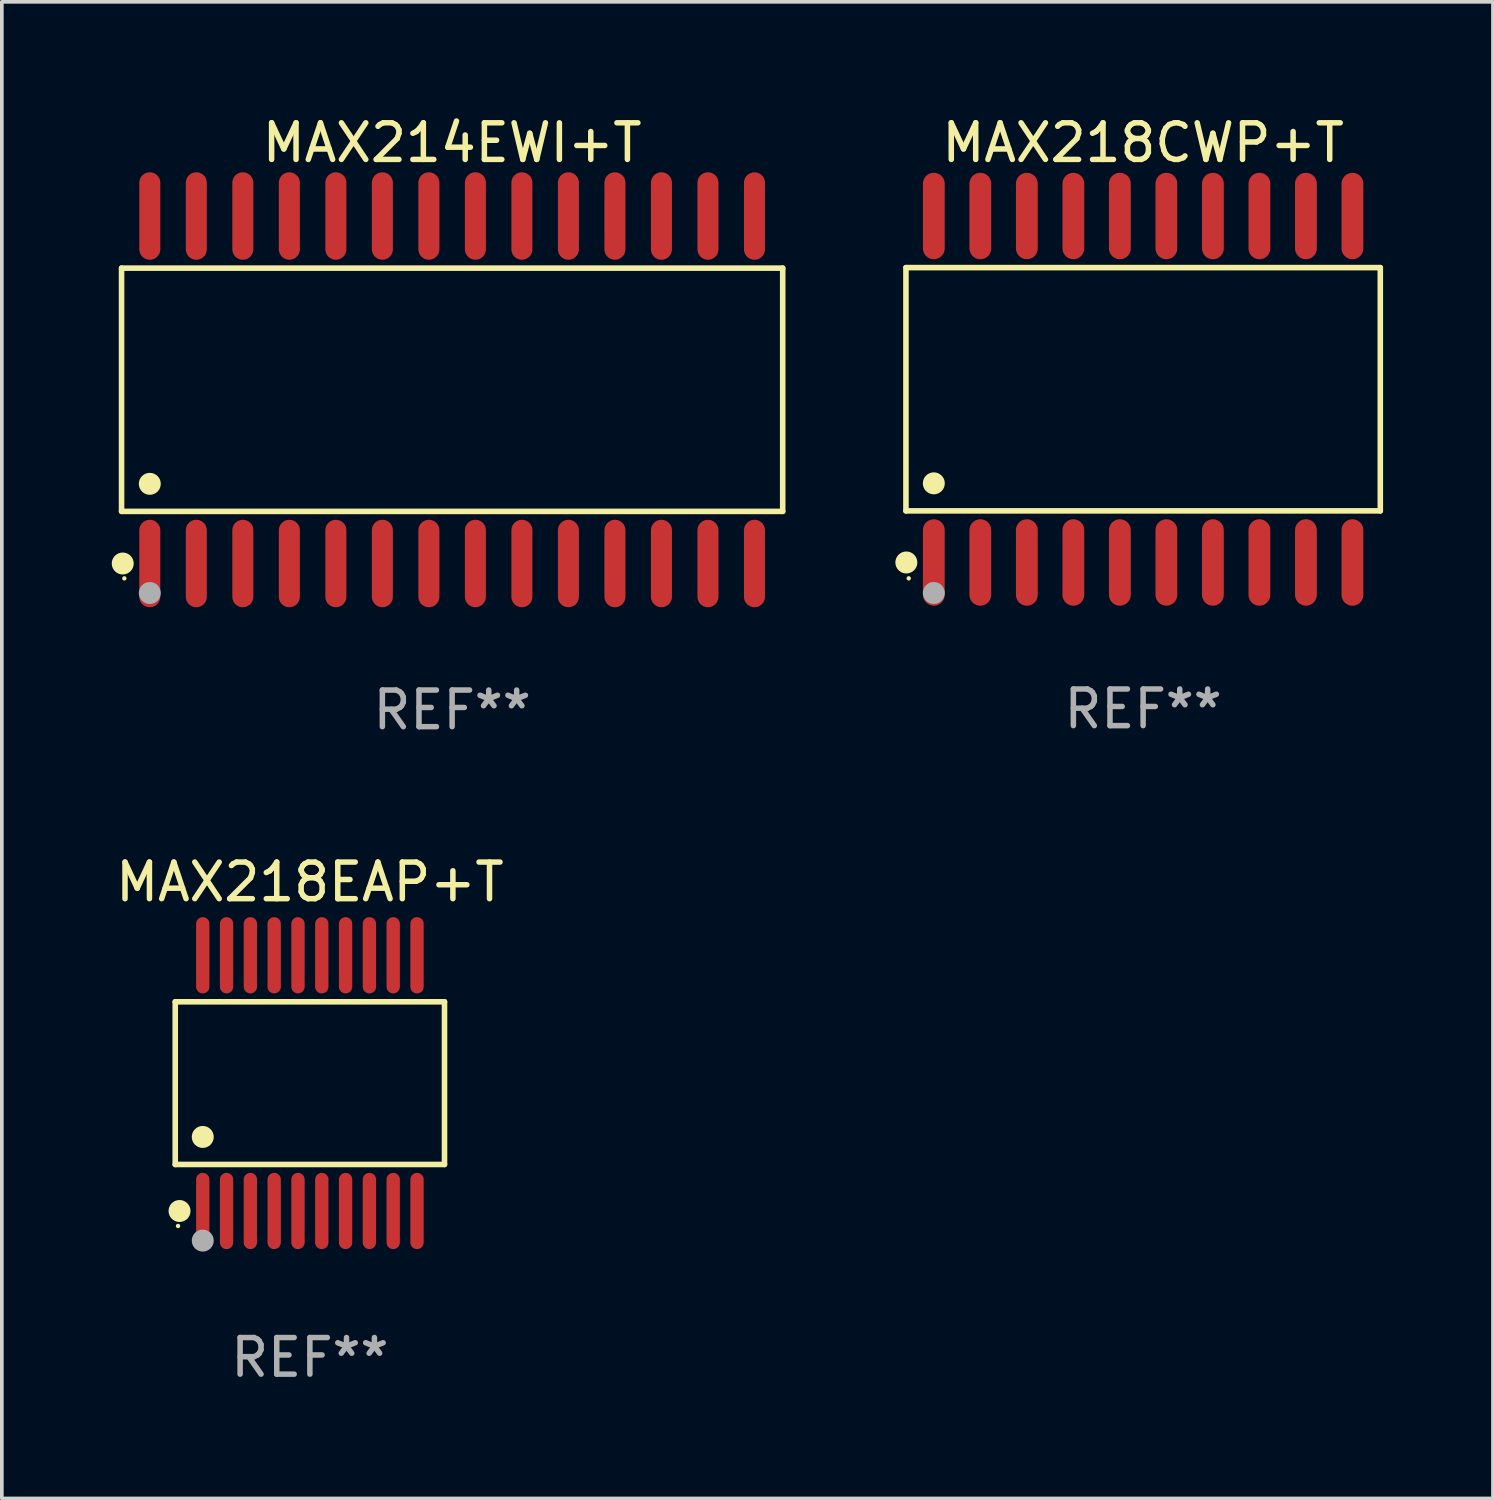
<source format=kicad_pcb>
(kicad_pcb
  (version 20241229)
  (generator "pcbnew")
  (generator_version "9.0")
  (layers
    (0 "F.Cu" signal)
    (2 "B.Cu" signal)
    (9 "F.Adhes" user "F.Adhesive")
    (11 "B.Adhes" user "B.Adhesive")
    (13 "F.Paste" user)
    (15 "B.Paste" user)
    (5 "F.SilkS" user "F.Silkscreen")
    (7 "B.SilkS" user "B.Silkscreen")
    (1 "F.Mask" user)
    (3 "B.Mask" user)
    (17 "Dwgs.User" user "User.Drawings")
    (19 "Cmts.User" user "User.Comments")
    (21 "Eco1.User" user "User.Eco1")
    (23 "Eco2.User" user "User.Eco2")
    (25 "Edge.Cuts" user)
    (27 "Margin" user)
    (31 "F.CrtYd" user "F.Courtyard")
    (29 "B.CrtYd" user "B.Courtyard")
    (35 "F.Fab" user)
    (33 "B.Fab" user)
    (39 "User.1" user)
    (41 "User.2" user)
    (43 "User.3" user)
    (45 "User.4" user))
  (footprint "MAX214EWI+T"
    (layer "F.Cu")
    (at 9.295 7.592)
    (property "Reference" "MAX214EWI+T" (at 0 -6.744 0) (layer "F.SilkS") (effects (font (size 1 1) (thickness 0.15))))
    (attr through_hole)
    (fp_line (start -9.026 -3.321) (end 9.026 -3.321) (stroke (width 0.152) (type solid)) (layer "F.SilkS"))
    (fp_line (start -9.026 3.321) (end -9.026 -3.321) (stroke (width 0.152) (type solid)) (layer "F.SilkS"))
    (fp_line (start 9.026 -3.321) (end 9.026 3.321) (stroke (width 0.152) (type solid)) (layer "F.SilkS"))
    (fp_line (start 9.026 3.321) (end -9.026 3.321) (stroke (width 0.152) (type solid)) (layer "F.SilkS"))
    (fp_circle (center -8.994 4.744) (end -8.844 4.744) (stroke (width 0.3) (type solid)) (fill no) (layer "F.SilkS"))
    (fp_circle (center -8.95 5.15) (end -8.92 5.15) (stroke (width 0.06) (type solid)) (fill no) (layer "F.SilkS"))
    (fp_circle (center -8.255 2.569) (end -8.105 2.569) (stroke (width 0.3) (type solid)) (fill no) (layer "F.SilkS"))
    (fp_circle (center -8.255 5.55) (end -8.105 5.55) (stroke (width 0.3) (type solid)) (fill no) (layer "F.Fab"))
    (fp_text user "REF**" (at 0 8.744 0) (layer "F.Fab") (effects (font (size 1 1) (thickness 0.15))))
    (pad "1" smd oval (at -8.255 4.744) (size 0.574 2.388) (layers "F.Cu" "F.Mask" "F.Paste"))
    (pad "2" smd oval (at -6.985 4.744) (size 0.574 2.388) (layers "F.Cu" "F.Mask" "F.Paste"))
    (pad "3" smd oval (at -5.715 4.744) (size 0.574 2.388) (layers "F.Cu" "F.Mask" "F.Paste"))
    (pad "4" smd oval (at -4.445 4.744) (size 0.574 2.388) (layers "F.Cu" "F.Mask" "F.Paste"))
    (pad "5" smd oval (at -3.175 4.744) (size 0.574 2.388) (layers "F.Cu" "F.Mask" "F.Paste"))
    (pad "6" smd oval (at -1.905 4.744) (size 0.574 2.388) (layers "F.Cu" "F.Mask" "F.Paste"))
    (pad "7" smd oval (at -0.635 4.744) (size 0.574 2.388) (layers "F.Cu" "F.Mask" "F.Paste"))
    (pad "8" smd oval (at 0.635 4.744) (size 0.574 2.388) (layers "F.Cu" "F.Mask" "F.Paste"))
    (pad "9" smd oval (at 1.905 4.744) (size 0.574 2.388) (layers "F.Cu" "F.Mask" "F.Paste"))
    (pad "10" smd oval (at 3.175 4.744) (size 0.574 2.388) (layers "F.Cu" "F.Mask" "F.Paste"))
    (pad "11" smd oval (at 4.445 4.744) (size 0.574 2.388) (layers "F.Cu" "F.Mask" "F.Paste"))
    (pad "12" smd oval (at 5.715 4.744) (size 0.574 2.388) (layers "F.Cu" "F.Mask" "F.Paste"))
    (pad "13" smd oval (at 6.985 4.744) (size 0.574 2.388) (layers "F.Cu" "F.Mask" "F.Paste"))
    (pad "14" smd oval (at 8.255 4.744) (size 0.574 2.388) (layers "F.Cu" "F.Mask" "F.Paste"))
    (pad "15" smd oval (at 8.255 -4.744) (size 0.574 2.388) (layers "F.Cu" "F.Mask" "F.Paste"))
    (pad "16" smd oval (at 6.985 -4.744) (size 0.574 2.388) (layers "F.Cu" "F.Mask" "F.Paste"))
    (pad "17" smd oval (at 5.715 -4.744) (size 0.574 2.388) (layers "F.Cu" "F.Mask" "F.Paste"))
    (pad "18" smd oval (at 4.445 -4.744) (size 0.574 2.388) (layers "F.Cu" "F.Mask" "F.Paste"))
    (pad "19" smd oval (at 3.175 -4.744) (size 0.574 2.388) (layers "F.Cu" "F.Mask" "F.Paste"))
    (pad "20" smd oval (at 1.905 -4.744) (size 0.574 2.388) (layers "F.Cu" "F.Mask" "F.Paste"))
    (pad "21" smd oval (at 0.635 -4.744) (size 0.574 2.388) (layers "F.Cu" "F.Mask" "F.Paste"))
    (pad "22" smd oval (at -0.635 -4.744) (size 0.574 2.388) (layers "F.Cu" "F.Mask" "F.Paste"))
    (pad "23" smd oval (at -1.905 -4.744) (size 0.574 2.388) (layers "F.Cu" "F.Mask" "F.Paste"))
    (pad "24" smd oval (at -3.175 -4.744) (size 0.574 2.388) (layers "F.Cu" "F.Mask" "F.Paste"))
    (pad "25" smd oval (at -4.445 -4.744) (size 0.574 2.388) (layers "F.Cu" "F.Mask" "F.Paste"))
    (pad "26" smd oval (at -5.715 -4.744) (size 0.574 2.388) (layers "F.Cu" "F.Mask" "F.Paste"))
    (pad "27" smd oval (at -6.985 -4.744) (size 0.574 2.388) (layers "F.Cu" "F.Mask" "F.Paste"))
    (pad "28" smd oval (at -8.255 -4.744) (size 0.574 2.388) (layers "F.Cu" "F.Mask" "F.Paste")))
  (footprint "MAX218EAP+T"
    (layer "F.Cu")
    (at 5.411 26.524)
    (property "Reference" "MAX218EAP+T" (at 0 -5.491 0) (layer "F.SilkS") (effects (font (size 1 1) (thickness 0.15))))
    (attr through_hole)
    (fp_line (start -3.676 -2.221) (end 3.676 -2.221) (stroke (width 0.152) (type solid)) (layer "F.SilkS"))
    (fp_line (start -3.676 2.221) (end -3.676 -2.221) (stroke (width 0.152) (type solid)) (layer "F.SilkS"))
    (fp_line (start 3.676 -2.221) (end 3.676 2.221) (stroke (width 0.152) (type solid)) (layer "F.SilkS"))
    (fp_line (start 3.676 2.221) (end -3.676 2.221) (stroke (width 0.152) (type solid)) (layer "F.SilkS"))
    (fp_circle (center -3.6 3.9) (end -3.57 3.9) (stroke (width 0.06) (type solid)) (fill no) (layer "F.SilkS"))
    (fp_circle (center -3.559 3.491) (end -3.409 3.491) (stroke (width 0.3) (type solid)) (fill no) (layer "F.SilkS"))
    (fp_circle (center -2.925 1.469) (end -2.775 1.469) (stroke (width 0.3) (type solid)) (fill no) (layer "F.SilkS"))
    (fp_circle (center -2.925 4.3) (end -2.775 4.3) (stroke (width 0.3) (type solid)) (fill no) (layer "F.Fab"))
    (fp_text user "REF**" (at 0 7.491 0) (layer "F.Fab") (effects (font (size 1 1) (thickness 0.15))))
    (pad "1" smd oval (at -2.925 3.491) (size 0.364 2.082) (layers "F.Cu" "F.Mask" "F.Paste"))
    (pad "2" smd oval (at -2.275 3.491) (size 0.364 2.082) (layers "F.Cu" "F.Mask" "F.Paste"))
    (pad "3" smd oval (at -1.625 3.491) (size 0.364 2.082) (layers "F.Cu" "F.Mask" "F.Paste"))
    (pad "4" smd oval (at -0.975 3.491) (size 0.364 2.082) (layers "F.Cu" "F.Mask" "F.Paste"))
    (pad "5" smd oval (at -0.325 3.491) (size 0.364 2.082) (layers "F.Cu" "F.Mask" "F.Paste"))
    (pad "6" smd oval (at 0.325 3.491) (size 0.364 2.082) (layers "F.Cu" "F.Mask" "F.Paste"))
    (pad "7" smd oval (at 0.975 3.491) (size 0.364 2.082) (layers "F.Cu" "F.Mask" "F.Paste"))
    (pad "8" smd oval (at 1.625 3.491) (size 0.364 2.082) (layers "F.Cu" "F.Mask" "F.Paste"))
    (pad "9" smd oval (at 2.275 3.491) (size 0.364 2.082) (layers "F.Cu" "F.Mask" "F.Paste"))
    (pad "10" smd oval (at 2.925 3.491) (size 0.364 2.082) (layers "F.Cu" "F.Mask" "F.Paste"))
    (pad "11" smd oval (at 2.925 -3.491) (size 0.364 2.082) (layers "F.Cu" "F.Mask" "F.Paste"))
    (pad "12" smd oval (at 2.275 -3.491) (size 0.364 2.082) (layers "F.Cu" "F.Mask" "F.Paste"))
    (pad "13" smd oval (at 1.625 -3.491) (size 0.364 2.082) (layers "F.Cu" "F.Mask" "F.Paste"))
    (pad "14" smd oval (at 0.975 -3.491) (size 0.364 2.082) (layers "F.Cu" "F.Mask" "F.Paste"))
    (pad "15" smd oval (at 0.325 -3.491) (size 0.364 2.082) (layers "F.Cu" "F.Mask" "F.Paste"))
    (pad "16" smd oval (at -0.325 -3.491) (size 0.364 2.082) (layers "F.Cu" "F.Mask" "F.Paste"))
    (pad "17" smd oval (at -0.975 -3.491) (size 0.364 2.082) (layers "F.Cu" "F.Mask" "F.Paste"))
    (pad "18" smd oval (at -1.625 -3.491) (size 0.364 2.082) (layers "F.Cu" "F.Mask" "F.Paste"))
    (pad "19" smd oval (at -2.275 -3.491) (size 0.364 2.082) (layers "F.Cu" "F.Mask" "F.Paste"))
    (pad "20" smd oval (at -2.925 -3.491) (size 0.364 2.082) (layers "F.Cu" "F.Mask" "F.Paste")))
  (footprint "MAX218CWP+T"
    (layer "F.Cu")
    (at 28.162 7.578)
    (property "Reference" "MAX218CWP+T" (at 0 -6.73 0) (layer "F.SilkS") (effects (font (size 1 1) (thickness 0.15))))
    (attr through_hole)
    (fp_line (start -6.476 -3.321) (end 6.476 -3.321) (stroke (width 0.152) (type solid)) (layer "F.SilkS"))
    (fp_line (start -6.476 3.321) (end -6.476 -3.321) (stroke (width 0.152) (type solid)) (layer "F.SilkS"))
    (fp_line (start 6.476 -3.321) (end 6.476 3.321) (stroke (width 0.152) (type solid)) (layer "F.SilkS"))
    (fp_line (start 6.476 3.321) (end -6.476 3.321) (stroke (width 0.152) (type solid)) (layer "F.SilkS"))
    (fp_circle (center -6.465 4.73) (end -6.315 4.73) (stroke (width 0.3) (type solid)) (fill no) (layer "F.SilkS"))
    (fp_circle (center -6.4 5.163) (end -6.37 5.163) (stroke (width 0.06) (type solid)) (fill no) (layer "F.SilkS"))
    (fp_circle (center -5.715 2.569) (end -5.565 2.569) (stroke (width 0.3) (type solid)) (fill no) (layer "F.SilkS"))
    (fp_circle (center -5.715 5.563) (end -5.565 5.563) (stroke (width 0.3) (type solid)) (fill no) (layer "F.Fab"))
    (fp_text user "REF**" (at 0 8.73 0) (layer "F.Fab") (effects (font (size 1 1) (thickness 0.15))))
    (pad "1" smd oval (at -5.715 4.73) (size 0.595 2.36) (layers "F.Cu" "F.Mask" "F.Paste"))
    (pad "2" smd oval (at -4.445 4.73) (size 0.595 2.36) (layers "F.Cu" "F.Mask" "F.Paste"))
    (pad "3" smd oval (at -3.175 4.73) (size 0.595 2.36) (layers "F.Cu" "F.Mask" "F.Paste"))
    (pad "4" smd oval (at -1.905 4.73) (size 0.595 2.36) (layers "F.Cu" "F.Mask" "F.Paste"))
    (pad "5" smd oval (at -0.635 4.73) (size 0.595 2.36) (layers "F.Cu" "F.Mask" "F.Paste"))
    (pad "6" smd oval (at 0.635 4.73) (size 0.595 2.36) (layers "F.Cu" "F.Mask" "F.Paste"))
    (pad "7" smd oval (at 1.905 4.73) (size 0.595 2.36) (layers "F.Cu" "F.Mask" "F.Paste"))
    (pad "8" smd oval (at 3.175 4.73) (size 0.595 2.36) (layers "F.Cu" "F.Mask" "F.Paste"))
    (pad "9" smd oval (at 4.445 4.73) (size 0.595 2.36) (layers "F.Cu" "F.Mask" "F.Paste"))
    (pad "10" smd oval (at 5.715 4.73) (size 0.595 2.36) (layers "F.Cu" "F.Mask" "F.Paste"))
    (pad "11" smd oval (at 5.715 -4.73) (size 0.595 2.36) (layers "F.Cu" "F.Mask" "F.Paste"))
    (pad "12" smd oval (at 4.445 -4.73) (size 0.595 2.36) (layers "F.Cu" "F.Mask" "F.Paste"))
    (pad "13" smd oval (at 3.175 -4.73) (size 0.595 2.36) (layers "F.Cu" "F.Mask" "F.Paste"))
    (pad "14" smd oval (at 1.905 -4.73) (size 0.595 2.36) (layers "F.Cu" "F.Mask" "F.Paste"))
    (pad "15" smd oval (at 0.635 -4.73) (size 0.595 2.36) (layers "F.Cu" "F.Mask" "F.Paste"))
    (pad "16" smd oval (at -0.635 -4.73) (size 0.595 2.36) (layers "F.Cu" "F.Mask" "F.Paste"))
    (pad "17" smd oval (at -1.905 -4.73) (size 0.595 2.36) (layers "F.Cu" "F.Mask" "F.Paste"))
    (pad "18" smd oval (at -3.175 -4.73) (size 0.595 2.36) (layers "F.Cu" "F.Mask" "F.Paste"))
    (pad "19" smd oval (at -4.445 -4.73) (size 0.595 2.36) (layers "F.Cu" "F.Mask" "F.Paste"))
    (pad "20" smd oval (at -5.715 -4.73) (size 0.595 2.36) (layers "F.Cu" "F.Mask" "F.Paste")))
  (gr_rect
    (start -3 -3)
    (end 37.714 37.863)
    (stroke (width 0.1) (type default))
    (fill no)
    (layer "Edge.Cuts")))
</source>
